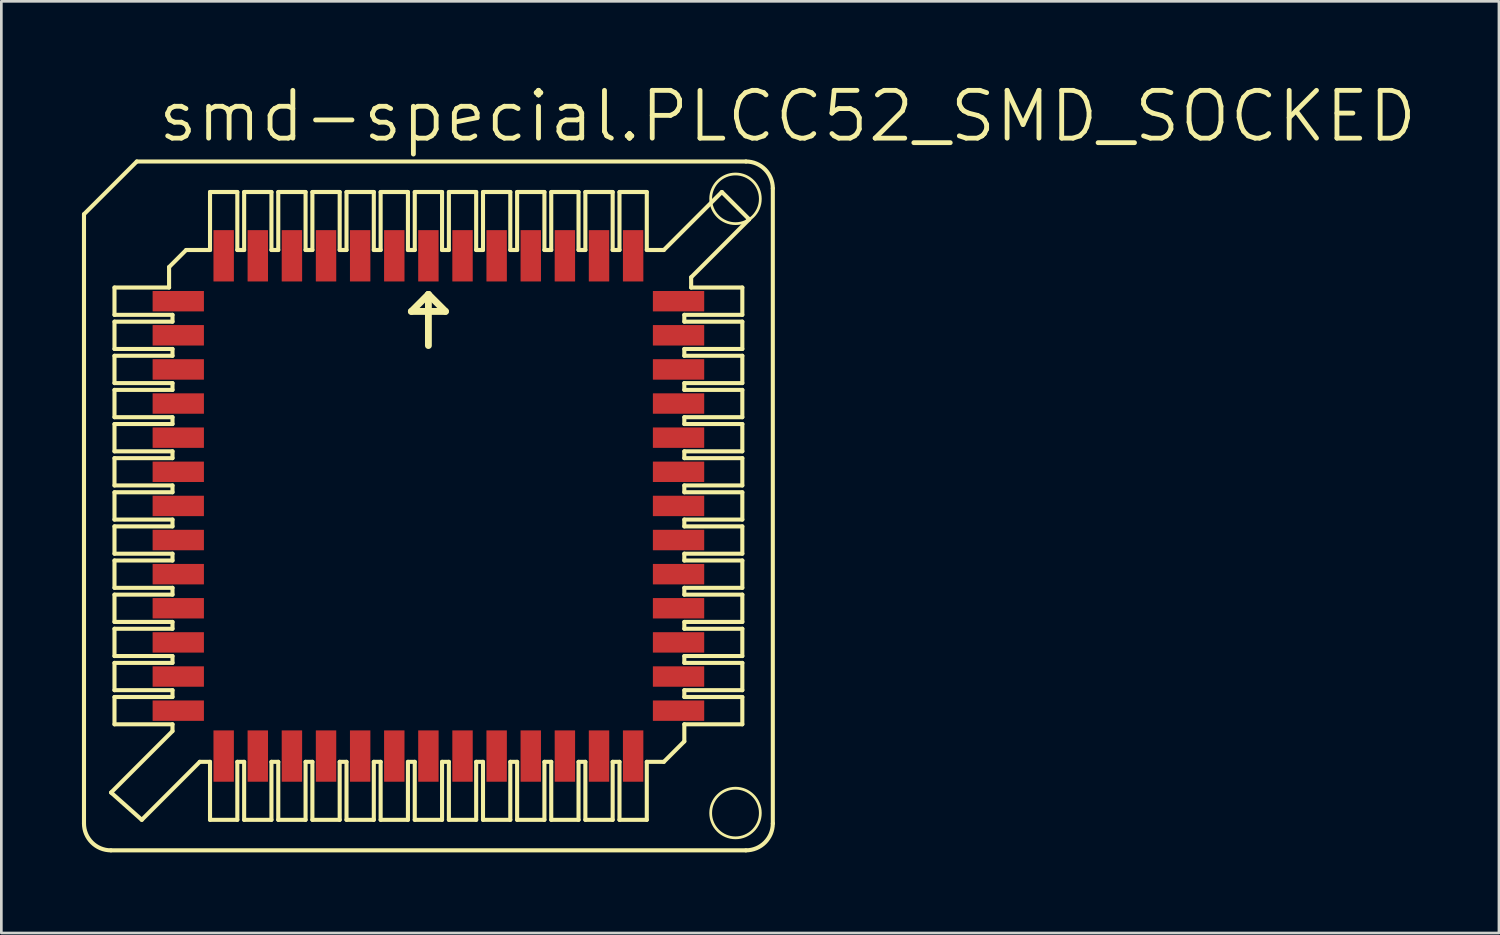
<source format=kicad_pcb>
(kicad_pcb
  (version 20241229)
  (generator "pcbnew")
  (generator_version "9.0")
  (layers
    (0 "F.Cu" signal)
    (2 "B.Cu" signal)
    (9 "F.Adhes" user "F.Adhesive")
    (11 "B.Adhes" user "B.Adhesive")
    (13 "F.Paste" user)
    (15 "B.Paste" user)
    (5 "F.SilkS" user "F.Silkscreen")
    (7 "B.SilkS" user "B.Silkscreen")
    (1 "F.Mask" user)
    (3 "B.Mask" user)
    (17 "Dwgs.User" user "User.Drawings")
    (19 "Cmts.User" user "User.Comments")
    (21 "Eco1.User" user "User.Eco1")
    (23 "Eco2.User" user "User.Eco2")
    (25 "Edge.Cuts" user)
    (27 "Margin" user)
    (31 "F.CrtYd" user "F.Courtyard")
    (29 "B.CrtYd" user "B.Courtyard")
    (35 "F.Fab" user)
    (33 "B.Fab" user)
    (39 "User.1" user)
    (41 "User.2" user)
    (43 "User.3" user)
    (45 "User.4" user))
  (footprint "smd-special.PLCC52_SMD_SOCKED"
    (layer "F.Cu")
    (at 12.895 15.78)
    (property "Reference" "smd-special.PLCC52_SMD_SOCKED" (at -10.16 -13.462 0) (layer "F.SilkS") (effects (font (size 1.778 1.778) (thickness 0.18)) (justify left bottom)))
    (attr smd)
    (fp_line (start -12.819 -10.857) (end -12.819 11.819) (stroke (width 0.152) (type default)) (layer "F.SilkS"))
    (fp_line (start -11.819 12.819) (end 11.819 12.819) (stroke (width 0.152) (type default)) (layer "F.SilkS"))
    (fp_line (start -11.811 10.668) (end -9.525 8.382) (stroke (width 0.152) (type default)) (layer "F.SilkS"))
    (fp_line (start -11.684 -7.112) (end -11.684 -8.128) (stroke (width 0.152) (type default)) (layer "F.SilkS"))
    (fp_line (start -11.684 -7.112) (end -9.525 -7.112) (stroke (width 0.152) (type default)) (layer "F.SilkS"))
    (fp_line (start -11.684 -5.842) (end -11.684 -6.858) (stroke (width 0.152) (type default)) (layer "F.SilkS"))
    (fp_line (start -11.684 -5.842) (end -9.525 -5.842) (stroke (width 0.152) (type default)) (layer "F.SilkS"))
    (fp_line (start -11.684 -4.572) (end -11.684 -5.588) (stroke (width 0.152) (type default)) (layer "F.SilkS"))
    (fp_line (start -11.684 -4.572) (end -9.525 -4.572) (stroke (width 0.152) (type default)) (layer "F.SilkS"))
    (fp_line (start -11.684 -3.302) (end -11.684 -4.318) (stroke (width 0.152) (type default)) (layer "F.SilkS"))
    (fp_line (start -11.684 -3.302) (end -9.525 -3.302) (stroke (width 0.152) (type default)) (layer "F.SilkS"))
    (fp_line (start -11.684 -2.032) (end -11.684 -3.048) (stroke (width 0.152) (type default)) (layer "F.SilkS"))
    (fp_line (start -11.684 -2.032) (end -9.525 -2.032) (stroke (width 0.152) (type default)) (layer "F.SilkS"))
    (fp_line (start -11.684 -0.762) (end -11.684 -1.778) (stroke (width 0.152) (type default)) (layer "F.SilkS"))
    (fp_line (start -11.684 -0.762) (end -9.525 -0.762) (stroke (width 0.152) (type default)) (layer "F.SilkS"))
    (fp_line (start -11.684 0.508) (end -11.684 -0.508) (stroke (width 0.152) (type default)) (layer "F.SilkS"))
    (fp_line (start -11.684 0.508) (end -9.525 0.508) (stroke (width 0.152) (type default)) (layer "F.SilkS"))
    (fp_line (start -11.684 1.778) (end -11.684 0.762) (stroke (width 0.152) (type default)) (layer "F.SilkS"))
    (fp_line (start -11.684 1.778) (end -9.525 1.778) (stroke (width 0.152) (type default)) (layer "F.SilkS"))
    (fp_line (start -11.684 2.032) (end -9.525 2.032) (stroke (width 0.152) (type default)) (layer "F.SilkS"))
    (fp_line (start -11.684 3.048) (end -11.684 2.032) (stroke (width 0.152) (type default)) (layer "F.SilkS"))
    (fp_line (start -11.684 3.048) (end -9.525 3.048) (stroke (width 0.152) (type default)) (layer "F.SilkS"))
    (fp_line (start -11.684 4.318) (end -11.684 3.302) (stroke (width 0.152) (type default)) (layer "F.SilkS"))
    (fp_line (start -11.684 4.318) (end -9.525 4.318) (stroke (width 0.152) (type default)) (layer "F.SilkS"))
    (fp_line (start -11.684 4.572) (end -11.684 5.588) (stroke (width 0.152) (type default)) (layer "F.SilkS"))
    (fp_line (start -11.684 4.572) (end -9.525 4.572) (stroke (width 0.152) (type default)) (layer "F.SilkS"))
    (fp_line (start -11.684 5.588) (end -9.525 5.588) (stroke (width 0.152) (type default)) (layer "F.SilkS"))
    (fp_line (start -11.684 5.842) (end -11.684 6.858) (stroke (width 0.152) (type default)) (layer "F.SilkS"))
    (fp_line (start -11.684 5.842) (end -9.525 5.842) (stroke (width 0.152) (type default)) (layer "F.SilkS"))
    (fp_line (start -11.684 6.858) (end -9.525 6.858) (stroke (width 0.152) (type default)) (layer "F.SilkS"))
    (fp_line (start -11.684 7.112) (end -11.684 8.128) (stroke (width 0.152) (type default)) (layer "F.SilkS"))
    (fp_line (start -11.684 7.112) (end -9.525 7.112) (stroke (width 0.152) (type default)) (layer "F.SilkS"))
    (fp_line (start -11.684 8.128) (end -9.525 8.128) (stroke (width 0.152) (type default)) (layer "F.SilkS"))
    (fp_line (start -10.853 -12.819) (end -12.819 -10.857) (stroke (width 0.152) (type default)) (layer "F.SilkS"))
    (fp_line (start -10.668 11.684) (end -11.811 10.668) (stroke (width 0.152) (type default)) (layer "F.SilkS"))
    (fp_line (start -10.668 11.684) (end -8.509 9.525) (stroke (width 0.152) (type default)) (layer "F.SilkS"))
    (fp_line (start -9.652 -8.128) (end -11.684 -8.128) (stroke (width 0.152) (type default)) (layer "F.SilkS"))
    (fp_line (start -9.652 -8.128) (end -9.652 -8.89) (stroke (width 0.152) (type default)) (layer "F.SilkS"))
    (fp_line (start -9.525 -6.858) (end -11.684 -6.858) (stroke (width 0.152) (type default)) (layer "F.SilkS"))
    (fp_line (start -9.525 -6.858) (end -9.525 -7.112) (stroke (width 0.152) (type default)) (layer "F.SilkS"))
    (fp_line (start -9.525 -5.588) (end -11.684 -5.588) (stroke (width 0.152) (type default)) (layer "F.SilkS"))
    (fp_line (start -9.525 -5.588) (end -9.525 -5.842) (stroke (width 0.152) (type default)) (layer "F.SilkS"))
    (fp_line (start -9.525 -4.318) (end -11.684 -4.318) (stroke (width 0.152) (type default)) (layer "F.SilkS"))
    (fp_line (start -9.525 -4.318) (end -9.525 -4.572) (stroke (width 0.152) (type default)) (layer "F.SilkS"))
    (fp_line (start -9.525 -3.048) (end -11.684 -3.048) (stroke (width 0.152) (type default)) (layer "F.SilkS"))
    (fp_line (start -9.525 -3.048) (end -9.525 -3.302) (stroke (width 0.152) (type default)) (layer "F.SilkS"))
    (fp_line (start -9.525 -1.778) (end -11.684 -1.778) (stroke (width 0.152) (type default)) (layer "F.SilkS"))
    (fp_line (start -9.525 -1.778) (end -9.525 -2.032) (stroke (width 0.152) (type default)) (layer "F.SilkS"))
    (fp_line (start -9.525 -0.508) (end -11.684 -0.508) (stroke (width 0.152) (type default)) (layer "F.SilkS"))
    (fp_line (start -9.525 -0.508) (end -9.525 -0.762) (stroke (width 0.152) (type default)) (layer "F.SilkS"))
    (fp_line (start -9.525 0.762) (end -11.684 0.762) (stroke (width 0.152) (type default)) (layer "F.SilkS"))
    (fp_line (start -9.525 0.762) (end -9.525 0.508) (stroke (width 0.152) (type default)) (layer "F.SilkS"))
    (fp_line (start -9.525 2.032) (end -9.525 1.778) (stroke (width 0.152) (type default)) (layer "F.SilkS"))
    (fp_line (start -9.525 3.302) (end -11.684 3.302) (stroke (width 0.152) (type default)) (layer "F.SilkS"))
    (fp_line (start -9.525 3.302) (end -9.525 3.048) (stroke (width 0.152) (type default)) (layer "F.SilkS"))
    (fp_line (start -9.525 4.318) (end -9.525 4.572) (stroke (width 0.152) (type default)) (layer "F.SilkS"))
    (fp_line (start -9.525 5.588) (end -9.525 5.842) (stroke (width 0.152) (type default)) (layer "F.SilkS"))
    (fp_line (start -9.525 6.858) (end -9.525 7.112) (stroke (width 0.152) (type default)) (layer "F.SilkS"))
    (fp_line (start -9.525 8.128) (end -9.525 8.382) (stroke (width 0.152) (type default)) (layer "F.SilkS"))
    (fp_line (start -9.017 -9.525) (end -9.652 -8.89) (stroke (width 0.152) (type default)) (layer "F.SilkS"))
    (fp_line (start -8.128 -11.684) (end -8.128 -9.525) (stroke (width 0.152) (type default)) (layer "F.SilkS"))
    (fp_line (start -8.128 -9.525) (end -9.017 -9.525) (stroke (width 0.152) (type default)) (layer "F.SilkS"))
    (fp_line (start -8.128 9.525) (end -8.509 9.525) (stroke (width 0.152) (type default)) (layer "F.SilkS"))
    (fp_line (start -8.128 11.684) (end -8.128 9.525) (stroke (width 0.152) (type default)) (layer "F.SilkS"))
    (fp_line (start -7.112 -11.684) (end -8.128 -11.684) (stroke (width 0.152) (type default)) (layer "F.SilkS"))
    (fp_line (start -7.112 -9.525) (end -7.112 -11.684) (stroke (width 0.152) (type default)) (layer "F.SilkS"))
    (fp_line (start -7.112 9.525) (end -7.112 11.684) (stroke (width 0.152) (type default)) (layer "F.SilkS"))
    (fp_line (start -7.112 11.684) (end -8.128 11.684) (stroke (width 0.152) (type default)) (layer "F.SilkS"))
    (fp_line (start -6.858 -9.525) (end -7.112 -9.525) (stroke (width 0.152) (type default)) (layer "F.SilkS"))
    (fp_line (start -6.858 -9.525) (end -6.858 -11.684) (stroke (width 0.152) (type default)) (layer "F.SilkS"))
    (fp_line (start -6.858 9.525) (end -7.112 9.525) (stroke (width 0.152) (type default)) (layer "F.SilkS"))
    (fp_line (start -6.858 9.525) (end -6.858 11.684) (stroke (width 0.152) (type default)) (layer "F.SilkS"))
    (fp_line (start -5.842 -11.684) (end -6.858 -11.684) (stroke (width 0.152) (type default)) (layer "F.SilkS"))
    (fp_line (start -5.842 -9.525) (end -5.842 -11.684) (stroke (width 0.152) (type default)) (layer "F.SilkS"))
    (fp_line (start -5.842 9.525) (end -5.842 11.684) (stroke (width 0.152) (type default)) (layer "F.SilkS"))
    (fp_line (start -5.842 11.684) (end -6.858 11.684) (stroke (width 0.152) (type default)) (layer "F.SilkS"))
    (fp_line (start -5.588 -9.525) (end -5.842 -9.525) (stroke (width 0.152) (type default)) (layer "F.SilkS"))
    (fp_line (start -5.588 -9.525) (end -5.588 -11.684) (stroke (width 0.152) (type default)) (layer "F.SilkS"))
    (fp_line (start -5.588 9.525) (end -5.842 9.525) (stroke (width 0.152) (type default)) (layer "F.SilkS"))
    (fp_line (start -5.588 9.525) (end -5.588 11.684) (stroke (width 0.152) (type default)) (layer "F.SilkS"))
    (fp_line (start -4.572 -11.684) (end -5.588 -11.684) (stroke (width 0.152) (type default)) (layer "F.SilkS"))
    (fp_line (start -4.572 -11.684) (end -4.572 -9.525) (stroke (width 0.152) (type default)) (layer "F.SilkS"))
    (fp_line (start -4.572 11.684) (end -5.588 11.684) (stroke (width 0.152) (type default)) (layer "F.SilkS"))
    (fp_line (start -4.572 11.684) (end -4.572 9.525) (stroke (width 0.152) (type default)) (layer "F.SilkS"))
    (fp_line (start -4.318 -9.525) (end -4.572 -9.525) (stroke (width 0.152) (type default)) (layer "F.SilkS"))
    (fp_line (start -4.318 -9.525) (end -4.318 -11.684) (stroke (width 0.152) (type default)) (layer "F.SilkS"))
    (fp_line (start -4.318 9.525) (end -4.572 9.525) (stroke (width 0.152) (type default)) (layer "F.SilkS"))
    (fp_line (start -4.318 11.684) (end -4.318 9.525) (stroke (width 0.152) (type default)) (layer "F.SilkS"))
    (fp_line (start -4.318 11.684) (end -3.302 11.684) (stroke (width 0.152) (type default)) (layer "F.SilkS"))
    (fp_line (start -3.302 -11.684) (end -4.318 -11.684) (stroke (width 0.152) (type default)) (layer "F.SilkS"))
    (fp_line (start -3.302 -11.684) (end -3.302 -9.525) (stroke (width 0.152) (type default)) (layer "F.SilkS"))
    (fp_line (start -3.302 9.525) (end -3.302 11.684) (stroke (width 0.152) (type default)) (layer "F.SilkS"))
    (fp_line (start -3.302 9.525) (end -3.048 9.525) (stroke (width 0.152) (type default)) (layer "F.SilkS"))
    (fp_line (start -3.048 -9.525) (end -3.302 -9.525) (stroke (width 0.152) (type default)) (layer "F.SilkS"))
    (fp_line (start -3.048 -9.525) (end -3.048 -11.684) (stroke (width 0.152) (type default)) (layer "F.SilkS"))
    (fp_line (start -3.048 11.684) (end -3.048 9.525) (stroke (width 0.152) (type default)) (layer "F.SilkS"))
    (fp_line (start -3.048 11.684) (end -2.032 11.684) (stroke (width 0.152) (type default)) (layer "F.SilkS"))
    (fp_line (start -2.032 -11.684) (end -3.048 -11.684) (stroke (width 0.152) (type default)) (layer "F.SilkS"))
    (fp_line (start -2.032 -11.684) (end -2.032 -9.525) (stroke (width 0.152) (type default)) (layer "F.SilkS"))
    (fp_line (start -2.032 9.525) (end -2.032 11.684) (stroke (width 0.152) (type default)) (layer "F.SilkS"))
    (fp_line (start -2.032 9.525) (end -1.778 9.525) (stroke (width 0.152) (type default)) (layer "F.SilkS"))
    (fp_line (start -1.778 -9.525) (end -2.032 -9.525) (stroke (width 0.152) (type default)) (layer "F.SilkS"))
    (fp_line (start -1.778 -9.525) (end -1.778 -11.684) (stroke (width 0.152) (type default)) (layer "F.SilkS"))
    (fp_line (start -1.778 11.684) (end -1.778 9.525) (stroke (width 0.152) (type default)) (layer "F.SilkS"))
    (fp_line (start -1.778 11.684) (end -0.762 11.684) (stroke (width 0.152) (type default)) (layer "F.SilkS"))
    (fp_line (start -0.762 -11.684) (end -1.778 -11.684) (stroke (width 0.152) (type default)) (layer "F.SilkS"))
    (fp_line (start -0.762 -11.684) (end -0.762 -9.525) (stroke (width 0.152) (type default)) (layer "F.SilkS"))
    (fp_line (start -0.762 9.525) (end -0.762 11.684) (stroke (width 0.152) (type default)) (layer "F.SilkS"))
    (fp_line (start -0.762 9.525) (end -0.508 9.525) (stroke (width 0.152) (type default)) (layer "F.SilkS"))
    (fp_line (start -0.635 -7.239) (end 0 -7.874) (stroke (width 0.254) (type default)) (layer "F.SilkS"))
    (fp_line (start -0.508 -9.525) (end -0.762 -9.525) (stroke (width 0.152) (type default)) (layer "F.SilkS"))
    (fp_line (start -0.508 -9.525) (end -0.508 -11.684) (stroke (width 0.152) (type default)) (layer "F.SilkS"))
    (fp_line (start -0.508 11.684) (end -0.508 9.525) (stroke (width 0.152) (type default)) (layer "F.SilkS"))
    (fp_line (start -0.508 11.684) (end 0.508 11.684) (stroke (width 0.152) (type default)) (layer "F.SilkS"))
    (fp_line (start 0 -7.874) (end 0 -5.969) (stroke (width 0.254) (type default)) (layer "F.SilkS"))
    (fp_line (start 0 -7.874) (end 0.635 -7.239) (stroke (width 0.254) (type default)) (layer "F.SilkS"))
    (fp_line (start 0.508 -11.684) (end -0.508 -11.684) (stroke (width 0.152) (type default)) (layer "F.SilkS"))
    (fp_line (start 0.508 -11.684) (end 0.508 -9.525) (stroke (width 0.152) (type default)) (layer "F.SilkS"))
    (fp_line (start 0.508 9.525) (end 0.508 11.684) (stroke (width 0.152) (type default)) (layer "F.SilkS"))
    (fp_line (start 0.508 9.525) (end 0.762 9.525) (stroke (width 0.152) (type default)) (layer "F.SilkS"))
    (fp_line (start 0.635 -7.239) (end -0.635 -7.239) (stroke (width 0.254) (type default)) (layer "F.SilkS"))
    (fp_line (start 0.762 -9.525) (end 0.508 -9.525) (stroke (width 0.152) (type default)) (layer "F.SilkS"))
    (fp_line (start 0.762 -9.525) (end 0.762 -11.684) (stroke (width 0.152) (type default)) (layer "F.SilkS"))
    (fp_line (start 0.762 11.684) (end 0.762 9.525) (stroke (width 0.152) (type default)) (layer "F.SilkS"))
    (fp_line (start 0.762 11.684) (end 1.778 11.684) (stroke (width 0.152) (type default)) (layer "F.SilkS"))
    (fp_line (start 1.778 -11.684) (end 0.762 -11.684) (stroke (width 0.152) (type default)) (layer "F.SilkS"))
    (fp_line (start 1.778 -11.684) (end 1.778 -9.525) (stroke (width 0.152) (type default)) (layer "F.SilkS"))
    (fp_line (start 1.778 9.525) (end 1.778 11.684) (stroke (width 0.152) (type default)) (layer "F.SilkS"))
    (fp_line (start 1.778 9.525) (end 2.032 9.525) (stroke (width 0.152) (type default)) (layer "F.SilkS"))
    (fp_line (start 2.032 -9.525) (end 1.778 -9.525) (stroke (width 0.152) (type default)) (layer "F.SilkS"))
    (fp_line (start 2.032 -9.525) (end 2.032 -11.684) (stroke (width 0.152) (type default)) (layer "F.SilkS"))
    (fp_line (start 2.032 11.684) (end 2.032 9.525) (stroke (width 0.152) (type default)) (layer "F.SilkS"))
    (fp_line (start 2.032 11.684) (end 3.048 11.684) (stroke (width 0.152) (type default)) (layer "F.SilkS"))
    (fp_line (start 3.048 -11.684) (end 2.032 -11.684) (stroke (width 0.152) (type default)) (layer "F.SilkS"))
    (fp_line (start 3.048 -11.684) (end 3.048 -9.525) (stroke (width 0.152) (type default)) (layer "F.SilkS"))
    (fp_line (start 3.048 9.525) (end 3.048 11.684) (stroke (width 0.152) (type default)) (layer "F.SilkS"))
    (fp_line (start 3.048 9.525) (end 3.302 9.525) (stroke (width 0.152) (type default)) (layer "F.SilkS"))
    (fp_line (start 3.302 -9.525) (end 3.048 -9.525) (stroke (width 0.152) (type default)) (layer "F.SilkS"))
    (fp_line (start 3.302 -9.525) (end 3.302 -11.684) (stroke (width 0.152) (type default)) (layer "F.SilkS"))
    (fp_line (start 3.302 11.684) (end 3.302 9.525) (stroke (width 0.152) (type default)) (layer "F.SilkS"))
    (fp_line (start 3.302 11.684) (end 4.318 11.684) (stroke (width 0.152) (type default)) (layer "F.SilkS"))
    (fp_line (start 4.318 -11.684) (end 3.302 -11.684) (stroke (width 0.152) (type default)) (layer "F.SilkS"))
    (fp_line (start 4.318 -11.684) (end 4.318 -9.525) (stroke (width 0.152) (type default)) (layer "F.SilkS"))
    (fp_line (start 4.318 -9.525) (end 4.572 -9.525) (stroke (width 0.152) (type default)) (layer "F.SilkS"))
    (fp_line (start 4.318 9.525) (end 4.318 11.684) (stroke (width 0.152) (type default)) (layer "F.SilkS"))
    (fp_line (start 4.318 9.525) (end 4.572 9.525) (stroke (width 0.152) (type default)) (layer "F.SilkS"))
    (fp_line (start 4.572 -11.684) (end 4.572 -9.525) (stroke (width 0.152) (type default)) (layer "F.SilkS"))
    (fp_line (start 4.572 -11.684) (end 5.588 -11.684) (stroke (width 0.152) (type default)) (layer "F.SilkS"))
    (fp_line (start 4.572 9.525) (end 4.572 11.684) (stroke (width 0.152) (type default)) (layer "F.SilkS"))
    (fp_line (start 5.588 -11.684) (end 5.588 -9.525) (stroke (width 0.152) (type default)) (layer "F.SilkS"))
    (fp_line (start 5.588 -9.525) (end 5.842 -9.525) (stroke (width 0.152) (type default)) (layer "F.SilkS"))
    (fp_line (start 5.588 11.684) (end 4.572 11.684) (stroke (width 0.152) (type default)) (layer "F.SilkS"))
    (fp_line (start 5.588 11.684) (end 5.588 9.525) (stroke (width 0.152) (type default)) (layer "F.SilkS"))
    (fp_line (start 5.842 -11.684) (end 5.842 -9.525) (stroke (width 0.152) (type default)) (layer "F.SilkS"))
    (fp_line (start 5.842 -11.684) (end 6.858 -11.684) (stroke (width 0.152) (type default)) (layer "F.SilkS"))
    (fp_line (start 5.842 9.525) (end 5.588 9.525) (stroke (width 0.152) (type default)) (layer "F.SilkS"))
    (fp_line (start 5.842 9.525) (end 5.842 11.684) (stroke (width 0.152) (type default)) (layer "F.SilkS"))
    (fp_line (start 6.858 -11.684) (end 6.858 -9.525) (stroke (width 0.152) (type default)) (layer "F.SilkS"))
    (fp_line (start 6.858 -9.525) (end 7.112 -9.525) (stroke (width 0.152) (type default)) (layer "F.SilkS"))
    (fp_line (start 6.858 9.525) (end 6.858 11.684) (stroke (width 0.152) (type default)) (layer "F.SilkS"))
    (fp_line (start 6.858 11.684) (end 5.842 11.684) (stroke (width 0.152) (type default)) (layer "F.SilkS"))
    (fp_line (start 7.112 -11.684) (end 7.112 -9.525) (stroke (width 0.152) (type default)) (layer "F.SilkS"))
    (fp_line (start 7.112 -11.684) (end 8.128 -11.684) (stroke (width 0.152) (type default)) (layer "F.SilkS"))
    (fp_line (start 7.112 9.525) (end 6.858 9.525) (stroke (width 0.152) (type default)) (layer "F.SilkS"))
    (fp_line (start 7.112 9.525) (end 7.112 11.684) (stroke (width 0.152) (type default)) (layer "F.SilkS"))
    (fp_line (start 8.128 -11.684) (end 8.128 -9.525) (stroke (width 0.152) (type default)) (layer "F.SilkS"))
    (fp_line (start 8.128 -9.525) (end 8.763 -9.525) (stroke (width 0.152) (type default)) (layer "F.SilkS"))
    (fp_line (start 8.128 9.525) (end 8.763 9.525) (stroke (width 0.152) (type default)) (layer "F.SilkS"))
    (fp_line (start 8.128 11.684) (end 7.112 11.684) (stroke (width 0.152) (type default)) (layer "F.SilkS"))
    (fp_line (start 8.128 11.684) (end 8.128 9.525) (stroke (width 0.152) (type default)) (layer "F.SilkS"))
    (fp_line (start 9.525 -7.112) (end 9.525 -6.858) (stroke (width 0.152) (type default)) (layer "F.SilkS"))
    (fp_line (start 9.525 -7.112) (end 11.684 -7.112) (stroke (width 0.152) (type default)) (layer "F.SilkS"))
    (fp_line (start 9.525 -5.842) (end 9.525 -5.588) (stroke (width 0.152) (type default)) (layer "F.SilkS"))
    (fp_line (start 9.525 -5.842) (end 11.684 -5.842) (stroke (width 0.152) (type default)) (layer "F.SilkS"))
    (fp_line (start 9.525 -4.572) (end 9.525 -4.318) (stroke (width 0.152) (type default)) (layer "F.SilkS"))
    (fp_line (start 9.525 -4.572) (end 11.684 -4.572) (stroke (width 0.152) (type default)) (layer "F.SilkS"))
    (fp_line (start 9.525 -3.302) (end 9.525 -3.048) (stroke (width 0.152) (type default)) (layer "F.SilkS"))
    (fp_line (start 9.525 -3.302) (end 11.684 -3.302) (stroke (width 0.152) (type default)) (layer "F.SilkS"))
    (fp_line (start 9.525 -2.032) (end 9.525 -1.778) (stroke (width 0.152) (type default)) (layer "F.SilkS"))
    (fp_line (start 9.525 -2.032) (end 11.684 -2.032) (stroke (width 0.152) (type default)) (layer "F.SilkS"))
    (fp_line (start 9.525 -0.762) (end 9.525 -0.508) (stroke (width 0.152) (type default)) (layer "F.SilkS"))
    (fp_line (start 9.525 -0.762) (end 11.684 -0.762) (stroke (width 0.152) (type default)) (layer "F.SilkS"))
    (fp_line (start 9.525 0.508) (end 9.525 0.762) (stroke (width 0.152) (type default)) (layer "F.SilkS"))
    (fp_line (start 9.525 0.508) (end 11.684 0.508) (stroke (width 0.152) (type default)) (layer "F.SilkS"))
    (fp_line (start 9.525 1.778) (end 9.525 2.032) (stroke (width 0.152) (type default)) (layer "F.SilkS"))
    (fp_line (start 9.525 1.778) (end 11.684 1.778) (stroke (width 0.152) (type default)) (layer "F.SilkS"))
    (fp_line (start 9.525 3.048) (end 9.525 3.302) (stroke (width 0.152) (type default)) (layer "F.SilkS"))
    (fp_line (start 9.525 3.048) (end 11.684 3.048) (stroke (width 0.152) (type default)) (layer "F.SilkS"))
    (fp_line (start 9.525 4.318) (end 9.525 4.572) (stroke (width 0.152) (type default)) (layer "F.SilkS"))
    (fp_line (start 9.525 4.318) (end 11.684 4.318) (stroke (width 0.152) (type default)) (layer "F.SilkS"))
    (fp_line (start 9.525 5.588) (end 9.525 5.842) (stroke (width 0.152) (type default)) (layer "F.SilkS"))
    (fp_line (start 9.525 5.588) (end 11.684 5.588) (stroke (width 0.152) (type default)) (layer "F.SilkS"))
    (fp_line (start 9.525 5.842) (end 11.684 5.842) (stroke (width 0.152) (type default)) (layer "F.SilkS"))
    (fp_line (start 9.525 6.858) (end 9.525 7.112) (stroke (width 0.152) (type default)) (layer "F.SilkS"))
    (fp_line (start 9.525 6.858) (end 11.684 6.858) (stroke (width 0.152) (type default)) (layer "F.SilkS"))
    (fp_line (start 9.525 7.112) (end 11.684 7.112) (stroke (width 0.152) (type default)) (layer "F.SilkS"))
    (fp_line (start 9.525 8.128) (end 9.525 8.763) (stroke (width 0.152) (type default)) (layer "F.SilkS"))
    (fp_line (start 9.525 8.128) (end 11.684 8.128) (stroke (width 0.152) (type default)) (layer "F.SilkS"))
    (fp_line (start 9.525 8.763) (end 8.763 9.525) (stroke (width 0.152) (type default)) (layer "F.SilkS"))
    (fp_line (start 9.779 -8.509) (end 9.779 -8.128) (stroke (width 0.152) (type default)) (layer "F.SilkS"))
    (fp_line (start 9.779 -8.128) (end 11.684 -8.128) (stroke (width 0.152) (type default)) (layer "F.SilkS"))
    (fp_line (start 10.922 -11.684) (end 8.763 -9.525) (stroke (width 0.152) (type default)) (layer "F.SilkS"))
    (fp_line (start 11.684 -8.128) (end 11.684 -7.112) (stroke (width 0.152) (type default)) (layer "F.SilkS"))
    (fp_line (start 11.684 -6.858) (end 9.525 -6.858) (stroke (width 0.152) (type default)) (layer "F.SilkS"))
    (fp_line (start 11.684 -6.858) (end 11.684 -5.842) (stroke (width 0.152) (type default)) (layer "F.SilkS"))
    (fp_line (start 11.684 -5.588) (end 9.525 -5.588) (stroke (width 0.152) (type default)) (layer "F.SilkS"))
    (fp_line (start 11.684 -5.588) (end 11.684 -4.572) (stroke (width 0.152) (type default)) (layer "F.SilkS"))
    (fp_line (start 11.684 -4.318) (end 9.525 -4.318) (stroke (width 0.152) (type default)) (layer "F.SilkS"))
    (fp_line (start 11.684 -4.318) (end 11.684 -3.302) (stroke (width 0.152) (type default)) (layer "F.SilkS"))
    (fp_line (start 11.684 -3.048) (end 9.525 -3.048) (stroke (width 0.152) (type default)) (layer "F.SilkS"))
    (fp_line (start 11.684 -3.048) (end 11.684 -2.032) (stroke (width 0.152) (type default)) (layer "F.SilkS"))
    (fp_line (start 11.684 -1.778) (end 9.525 -1.778) (stroke (width 0.152) (type default)) (layer "F.SilkS"))
    (fp_line (start 11.684 -1.778) (end 11.684 -0.762) (stroke (width 0.152) (type default)) (layer "F.SilkS"))
    (fp_line (start 11.684 -0.508) (end 9.525 -0.508) (stroke (width 0.152) (type default)) (layer "F.SilkS"))
    (fp_line (start 11.684 -0.508) (end 11.684 0.508) (stroke (width 0.152) (type default)) (layer "F.SilkS"))
    (fp_line (start 11.684 0.762) (end 9.525 0.762) (stroke (width 0.152) (type default)) (layer "F.SilkS"))
    (fp_line (start 11.684 0.762) (end 11.684 1.778) (stroke (width 0.152) (type default)) (layer "F.SilkS"))
    (fp_line (start 11.684 2.032) (end 9.525 2.032) (stroke (width 0.152) (type default)) (layer "F.SilkS"))
    (fp_line (start 11.684 2.032) (end 11.684 3.048) (stroke (width 0.152) (type default)) (layer "F.SilkS"))
    (fp_line (start 11.684 3.302) (end 9.525 3.302) (stroke (width 0.152) (type default)) (layer "F.SilkS"))
    (fp_line (start 11.684 3.302) (end 11.684 4.318) (stroke (width 0.152) (type default)) (layer "F.SilkS"))
    (fp_line (start 11.684 4.572) (end 9.525 4.572) (stroke (width 0.152) (type default)) (layer "F.SilkS"))
    (fp_line (start 11.684 4.572) (end 11.684 5.588) (stroke (width 0.152) (type default)) (layer "F.SilkS"))
    (fp_line (start 11.684 5.842) (end 11.684 6.858) (stroke (width 0.152) (type default)) (layer "F.SilkS"))
    (fp_line (start 11.684 7.112) (end 11.684 8.128) (stroke (width 0.152) (type default)) (layer "F.SilkS"))
    (fp_line (start 11.819 -12.819) (end -10.853 -12.819) (stroke (width 0.152) (type default)) (layer "F.SilkS"))
    (fp_line (start 11.938 -10.668) (end 9.779 -8.509) (stroke (width 0.152) (type default)) (layer "F.SilkS"))
    (fp_line (start 11.938 -10.668) (end 10.922 -11.684) (stroke (width 0.152) (type default)) (layer "F.SilkS"))
    (fp_line (start 12.819 11.819) (end 12.819 -11.819) (stroke (width 0.152) (type default)) (layer "F.SilkS"))
    (fp_arc (start -11.819 12.819) (mid -12.526107 12.526107) (end -12.819 11.819) (stroke (width 0.1524) (type default)) (layer "F.SilkS"))
    (fp_arc (start 11.819 -12.819) (mid 12.526107 -12.526107) (end 12.819 -11.819) (stroke (width 0.1524) (type default)) (layer "F.SilkS"))
    (fp_arc (start 12.819 11.819) (mid 12.526107 12.526107) (end 11.819 12.819) (stroke (width 0.1524) (type default)) (layer "F.SilkS"))
    (fp_circle (center 11.43 -11.43) (end 12.354 -11.43) (stroke (width 0.102) (type default)) (fill no) (layer "F.SilkS"))
    (fp_circle (center 11.43 11.43) (end 12.354 11.43) (stroke (width 0.102) (type default)) (fill no) (layer "F.SilkS"))
    (pad "1" smd roundrect (at 0 -9.31) (size 0.76 1.91) (layers "F.Cu" "F.Mask" "F.Paste") (roundrect_rratio 0.01))
    (pad "2" smd roundrect (at -1.27 -9.31) (size 0.76 1.91) (layers "F.Cu" "F.Mask" "F.Paste") (roundrect_rratio 0.01))
    (pad "3" smd roundrect (at -2.54 -9.31) (size 0.76 1.91) (layers "F.Cu" "F.Mask" "F.Paste") (roundrect_rratio 0.01))
    (pad "4" smd roundrect (at -3.81 -9.31) (size 0.76 1.91) (layers "F.Cu" "F.Mask" "F.Paste") (roundrect_rratio 0.01))
    (pad "5" smd roundrect (at -5.08 -9.31) (size 0.76 1.91) (layers "F.Cu" "F.Mask" "F.Paste") (roundrect_rratio 0.01))
    (pad "6" smd roundrect (at -6.35 -9.31) (size 0.76 1.91) (layers "F.Cu" "F.Mask" "F.Paste") (roundrect_rratio 0.01))
    (pad "7" smd roundrect (at -7.62 -9.31) (size 0.76 1.91) (layers "F.Cu" "F.Mask" "F.Paste") (roundrect_rratio 0.01))
    (pad "8" smd roundrect (at -9.31 -7.62) (size 1.91 0.76) (layers "F.Cu" "F.Mask" "F.Paste") (roundrect_rratio 0.01))
    (pad "9" smd roundrect (at -9.31 -6.35) (size 1.91 0.76) (layers "F.Cu" "F.Mask" "F.Paste") (roundrect_rratio 0.01))
    (pad "10" smd roundrect (at -9.31 -5.08) (size 1.91 0.76) (layers "F.Cu" "F.Mask" "F.Paste") (roundrect_rratio 0.01))
    (pad "11" smd roundrect (at -9.31 -3.81) (size 1.91 0.76) (layers "F.Cu" "F.Mask" "F.Paste") (roundrect_rratio 0.01))
    (pad "12" smd roundrect (at -9.31 -2.54) (size 1.91 0.76) (layers "F.Cu" "F.Mask" "F.Paste") (roundrect_rratio 0.01))
    (pad "13" smd roundrect (at -9.31 -1.27) (size 1.91 0.76) (layers "F.Cu" "F.Mask" "F.Paste") (roundrect_rratio 0.01))
    (pad "14" smd roundrect (at -9.31 0) (size 1.91 0.76) (layers "F.Cu" "F.Mask" "F.Paste") (roundrect_rratio 0.01))
    (pad "15" smd roundrect (at -9.31 1.27) (size 1.91 0.76) (layers "F.Cu" "F.Mask" "F.Paste") (roundrect_rratio 0.01))
    (pad "16" smd roundrect (at -9.31 2.54) (size 1.91 0.76) (layers "F.Cu" "F.Mask" "F.Paste") (roundrect_rratio 0.01))
    (pad "17" smd roundrect (at -9.31 3.81) (size 1.91 0.76) (layers "F.Cu" "F.Mask" "F.Paste") (roundrect_rratio 0.01))
    (pad "18" smd roundrect (at -9.31 5.08) (size 1.91 0.76) (layers "F.Cu" "F.Mask" "F.Paste") (roundrect_rratio 0.01))
    (pad "19" smd roundrect (at -9.31 6.35) (size 1.91 0.76) (layers "F.Cu" "F.Mask" "F.Paste") (roundrect_rratio 0.01))
    (pad "20" smd roundrect (at -9.31 7.62) (size 1.91 0.76) (layers "F.Cu" "F.Mask" "F.Paste") (roundrect_rratio 0.01))
    (pad "21" smd roundrect (at -7.62 9.31 90) (size 1.91 0.76) (layers "F.Cu" "F.Mask" "F.Paste") (roundrect_rratio 0.01))
    (pad "22" smd roundrect (at -6.35 9.31 90) (size 1.91 0.76) (layers "F.Cu" "F.Mask" "F.Paste") (roundrect_rratio 0.01))
    (pad "23" smd roundrect (at -5.08 9.31 90) (size 1.91 0.76) (layers "F.Cu" "F.Mask" "F.Paste") (roundrect_rratio 0.01))
    (pad "24" smd roundrect (at -3.81 9.31 90) (size 1.91 0.76) (layers "F.Cu" "F.Mask" "F.Paste") (roundrect_rratio 0.01))
    (pad "25" smd roundrect (at -2.54 9.31 90) (size 1.91 0.76) (layers "F.Cu" "F.Mask" "F.Paste") (roundrect_rratio 0.01))
    (pad "26" smd roundrect (at -1.27 9.31 90) (size 1.91 0.76) (layers "F.Cu" "F.Mask" "F.Paste") (roundrect_rratio 0.01))
    (pad "27" smd roundrect (at 0 9.31 90) (size 1.91 0.76) (layers "F.Cu" "F.Mask" "F.Paste") (roundrect_rratio 0.01))
    (pad "28" smd roundrect (at 1.27 9.31 90) (size 1.91 0.76) (layers "F.Cu" "F.Mask" "F.Paste") (roundrect_rratio 0.01))
    (pad "29" smd roundrect (at 2.54 9.31 90) (size 1.91 0.76) (layers "F.Cu" "F.Mask" "F.Paste") (roundrect_rratio 0.01))
    (pad "30" smd roundrect (at 3.81 9.31 90) (size 1.91 0.76) (layers "F.Cu" "F.Mask" "F.Paste") (roundrect_rratio 0.01))
    (pad "31" smd roundrect (at 5.08 9.31 90) (size 1.91 0.76) (layers "F.Cu" "F.Mask" "F.Paste") (roundrect_rratio 0.01))
    (pad "32" smd roundrect (at 6.35 9.31 90) (size 1.91 0.76) (layers "F.Cu" "F.Mask" "F.Paste") (roundrect_rratio 0.01))
    (pad "33" smd roundrect (at 7.62 9.31 90) (size 1.91 0.76) (layers "F.Cu" "F.Mask" "F.Paste") (roundrect_rratio 0.01))
    (pad "34" smd roundrect (at 9.31 7.62 180) (size 1.91 0.76) (layers "F.Cu" "F.Mask" "F.Paste") (roundrect_rratio 0.01))
    (pad "35" smd roundrect (at 9.31 6.35 180) (size 1.91 0.76) (layers "F.Cu" "F.Mask" "F.Paste") (roundrect_rratio 0.01))
    (pad "36" smd roundrect (at 9.31 5.08 180) (size 1.91 0.76) (layers "F.Cu" "F.Mask" "F.Paste") (roundrect_rratio 0.01))
    (pad "37" smd roundrect (at 9.31 3.81 180) (size 1.91 0.76) (layers "F.Cu" "F.Mask" "F.Paste") (roundrect_rratio 0.01))
    (pad "38" smd roundrect (at 9.31 2.54 180) (size 1.91 0.76) (layers "F.Cu" "F.Mask" "F.Paste") (roundrect_rratio 0.01))
    (pad "39" smd roundrect (at 9.31 1.27 180) (size 1.91 0.76) (layers "F.Cu" "F.Mask" "F.Paste") (roundrect_rratio 0.01))
    (pad "40" smd roundrect (at 9.31 0 180) (size 1.91 0.76) (layers "F.Cu" "F.Mask" "F.Paste") (roundrect_rratio 0.01))
    (pad "41" smd roundrect (at 9.31 -1.27 180) (size 1.91 0.76) (layers "F.Cu" "F.Mask" "F.Paste") (roundrect_rratio 0.01))
    (pad "42" smd roundrect (at 9.31 -2.54 180) (size 1.91 0.76) (layers "F.Cu" "F.Mask" "F.Paste") (roundrect_rratio 0.01))
    (pad "43" smd roundrect (at 9.31 -3.81 180) (size 1.91 0.76) (layers "F.Cu" "F.Mask" "F.Paste") (roundrect_rratio 0.01))
    (pad "44" smd roundrect (at 9.31 -5.08 180) (size 1.91 0.76) (layers "F.Cu" "F.Mask" "F.Paste") (roundrect_rratio 0.01))
    (pad "45" smd roundrect (at 9.31 -6.35 180) (size 1.91 0.76) (layers "F.Cu" "F.Mask" "F.Paste") (roundrect_rratio 0.01))
    (pad "46" smd roundrect (at 9.31 -7.62 180) (size 1.91 0.76) (layers "F.Cu" "F.Mask" "F.Paste") (roundrect_rratio 0.01))
    (pad "47" smd roundrect (at 7.62 -9.31 270) (size 1.91 0.76) (layers "F.Cu" "F.Mask" "F.Paste") (roundrect_rratio 0.01))
    (pad "48" smd roundrect (at 6.35 -9.31 270) (size 1.91 0.76) (layers "F.Cu" "F.Mask" "F.Paste") (roundrect_rratio 0.01))
    (pad "49" smd roundrect (at 5.08 -9.31 270) (size 1.91 0.76) (layers "F.Cu" "F.Mask" "F.Paste") (roundrect_rratio 0.01))
    (pad "50" smd roundrect (at 3.81 -9.31 270) (size 1.91 0.76) (layers "F.Cu" "F.Mask" "F.Paste") (roundrect_rratio 0.01))
    (pad "51" smd roundrect (at 2.54 -9.31 270) (size 1.91 0.76) (layers "F.Cu" "F.Mask" "F.Paste") (roundrect_rratio 0.01))
    (pad "52" smd roundrect (at 1.27 -9.31 270) (size 1.91 0.76) (layers "F.Cu" "F.Mask" "F.Paste") (roundrect_rratio 0.01)))
  (gr_rect
    (start -3 -3)
    (end 52.74 31.675)
    (stroke (width 0.1) (type default))
    (fill no)
    (layer "Edge.Cuts")))
</source>
